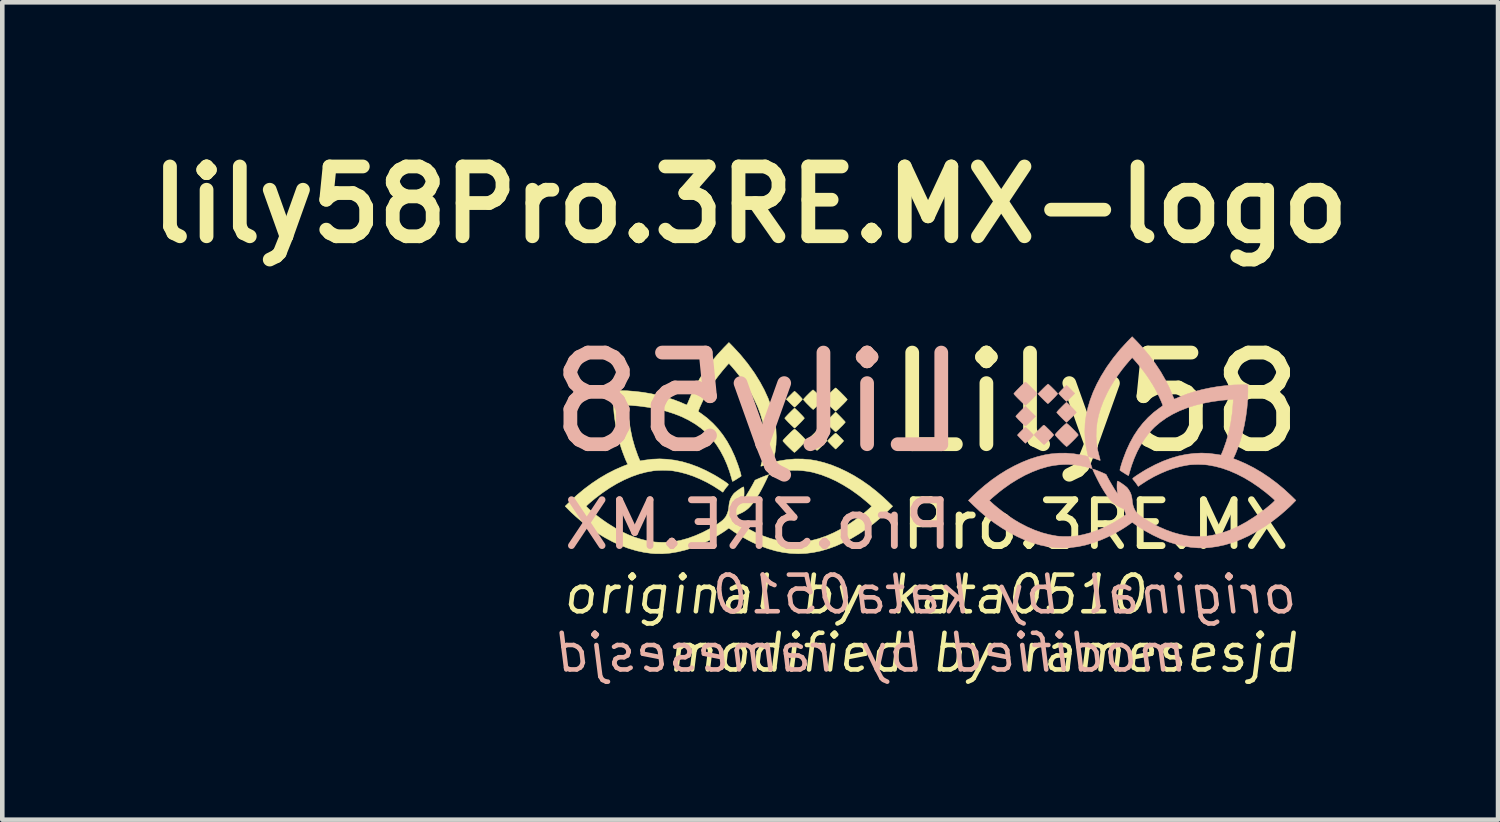
<source format=kicad_pcb>
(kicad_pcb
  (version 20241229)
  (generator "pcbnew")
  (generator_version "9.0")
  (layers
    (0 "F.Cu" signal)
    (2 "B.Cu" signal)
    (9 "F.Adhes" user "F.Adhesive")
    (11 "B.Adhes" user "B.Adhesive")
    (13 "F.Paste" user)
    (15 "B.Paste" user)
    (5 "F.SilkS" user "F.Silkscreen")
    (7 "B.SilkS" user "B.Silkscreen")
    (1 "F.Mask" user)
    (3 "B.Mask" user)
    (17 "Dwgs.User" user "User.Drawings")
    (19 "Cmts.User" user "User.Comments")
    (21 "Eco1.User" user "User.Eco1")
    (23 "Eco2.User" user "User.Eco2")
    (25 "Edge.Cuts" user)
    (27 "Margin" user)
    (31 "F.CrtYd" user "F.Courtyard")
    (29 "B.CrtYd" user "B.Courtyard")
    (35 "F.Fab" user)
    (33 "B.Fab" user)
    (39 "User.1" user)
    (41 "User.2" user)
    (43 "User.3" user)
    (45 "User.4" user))
  (footprint "lily58Pro.3RE.MX-logo"
    (layer "F.Cu")
    (at 16.88 8.022)
    (property "Reference" "lily58Pro.3RE.MX-logo" (at -3.556 -6.604 0) (layer "F.SilkS") (effects (font (size 1.524 1.524) (thickness 0.3))))
    (attr through_hole)
    (fp_poly (pts (xy -1.585 -1.974) (xy -1.554 -1.942) (xy -1.526 -1.912) (xy -1.503 -1.888) (xy -1.487 -1.869) (xy -1.48 -1.859) (xy -1.48 -1.858) (xy -1.485 -1.849) (xy -1.499 -1.833) (xy -1.519 -1.81) (xy -1.544 -1.783) (xy -1.573 -1.755) (xy -1.602 -1.726) (xy -1.629 -1.699) (xy -1.654 -1.676) (xy -1.674 -1.658) (xy -1.687 -1.649) (xy -1.691 -1.647) (xy -1.699 -1.652) (xy -1.716 -1.666) (xy -1.739 -1.687) (xy -1.767 -1.714) (xy -1.799 -1.745) (xy -1.807 -1.753) (xy -1.912 -1.858) (xy -1.801 -1.968) (xy -1.691 -2.079) (xy -1.585 -1.974)) (stroke (width 0.01) (type solid)) (fill yes) (layer "F.SilkS"))
    (fp_poly (pts (xy -2.58 -2.528) (xy -2.564 -2.514) (xy -2.542 -2.494) (xy -2.517 -2.47) (xy -2.491 -2.444) (xy -2.466 -2.418) (xy -2.444 -2.394) (xy -2.427 -2.375) (xy -2.418 -2.362) (xy -2.416 -2.359) (xy -2.421 -2.35) (xy -2.434 -2.334) (xy -2.454 -2.312) (xy -2.478 -2.287) (xy -2.504 -2.26) (xy -2.529 -2.235) (xy -2.552 -2.213) (xy -2.571 -2.195) (xy -2.584 -2.186) (xy -2.587 -2.184) (xy -2.594 -2.189) (xy -2.61 -2.203) (xy -2.632 -2.223) (xy -2.659 -2.249) (xy -2.681 -2.271) (xy -2.767 -2.358) (xy -2.681 -2.445) (xy -2.652 -2.474) (xy -2.627 -2.499) (xy -2.606 -2.518) (xy -2.592 -2.53) (xy -2.588 -2.533) (xy -2.58 -2.528)) (stroke (width 0.01) (type solid)) (fill yes) (layer "F.SilkS"))
    (fp_poly (pts (xy -1.682 -1.613) (xy -1.666 -1.6) (xy -1.644 -1.581) (xy -1.619 -1.557) (xy -1.593 -1.531) (xy -1.567 -1.506) (xy -1.545 -1.482) (xy -1.527 -1.463) (xy -1.518 -1.451) (xy -1.516 -1.448) (xy -1.521 -1.441) (xy -1.534 -1.426) (xy -1.554 -1.405) (xy -1.577 -1.38) (xy -1.603 -1.354) (xy -1.629 -1.328) (xy -1.652 -1.305) (xy -1.672 -1.286) (xy -1.685 -1.273) (xy -1.691 -1.27) (xy -1.697 -1.275) (xy -1.711 -1.288) (xy -1.732 -1.309) (xy -1.759 -1.334) (xy -1.78 -1.355) (xy -1.808 -1.384) (xy -1.832 -1.41) (xy -1.851 -1.43) (xy -1.862 -1.444) (xy -1.865 -1.448) (xy -1.86 -1.456) (xy -1.846 -1.472) (xy -1.826 -1.493) (xy -1.802 -1.518) (xy -1.776 -1.544) (xy -1.749 -1.569) (xy -1.726 -1.591) (xy -1.706 -1.608) (xy -1.694 -1.617) (xy -1.69 -1.618) (xy -1.682 -1.613)) (stroke (width 0.01) (type solid)) (fill yes) (layer "F.SilkS"))
    (fp_poly (pts (xy -2.579 -2.158) (xy -2.563 -2.144) (xy -2.541 -2.123) (xy -2.515 -2.098) (xy -2.487 -2.07) (xy -2.458 -2.04) (xy -2.43 -2.012) (xy -2.406 -1.986) (xy -2.388 -1.965) (xy -2.376 -1.95) (xy -2.373 -1.945) (xy -2.378 -1.937) (xy -2.391 -1.921) (xy -2.411 -1.899) (xy -2.436 -1.872) (xy -2.464 -1.843) (xy -2.493 -1.814) (xy -2.521 -1.786) (xy -2.547 -1.761) (xy -2.567 -1.742) (xy -2.581 -1.73) (xy -2.587 -1.727) (xy -2.594 -1.732) (xy -2.609 -1.746) (xy -2.631 -1.767) (xy -2.659 -1.793) (xy -2.69 -1.824) (xy -2.697 -1.83) (xy -2.729 -1.862) (xy -2.756 -1.891) (xy -2.779 -1.916) (xy -2.794 -1.934) (xy -2.801 -1.944) (xy -2.801 -1.945) (xy -2.796 -1.953) (xy -2.782 -1.969) (xy -2.762 -1.991) (xy -2.737 -2.018) (xy -2.709 -2.047) (xy -2.68 -2.076) (xy -2.652 -2.104) (xy -2.627 -2.128) (xy -2.606 -2.148) (xy -2.592 -2.16) (xy -2.587 -2.163) (xy -2.579 -2.158)) (stroke (width 0.01) (type solid)) (fill yes) (layer "F.SilkS"))
    (fp_poly (pts (xy -2.176 -2.557) (xy -2.16 -2.543) (xy -2.137 -2.523) (xy -2.111 -2.498) (xy -2.082 -2.47) (xy -2.053 -2.441) (xy -2.025 -2.413) (xy -2 -2.388) (xy -1.981 -2.367) (xy -1.969 -2.353) (xy -1.966 -2.348) (xy -1.971 -2.34) (xy -1.985 -2.325) (xy -2.005 -2.303) (xy -2.03 -2.277) (xy -2.058 -2.249) (xy -2.087 -2.22) (xy -2.115 -2.192) (xy -2.141 -2.168) (xy -2.161 -2.149) (xy -2.175 -2.137) (xy -2.181 -2.134) (xy -2.188 -2.139) (xy -2.203 -2.152) (xy -2.226 -2.173) (xy -2.254 -2.2) (xy -2.285 -2.231) (xy -2.291 -2.237) (xy -2.323 -2.269) (xy -2.35 -2.298) (xy -2.372 -2.323) (xy -2.388 -2.341) (xy -2.394 -2.351) (xy -2.394 -2.352) (xy -2.389 -2.36) (xy -2.376 -2.377) (xy -2.355 -2.399) (xy -2.33 -2.426) (xy -2.302 -2.454) (xy -2.273 -2.483) (xy -2.245 -2.51) (xy -2.22 -2.533) (xy -2.2 -2.551) (xy -2.187 -2.56) (xy -2.184 -2.562) (xy -2.176 -2.557)) (stroke (width 0.01) (type solid)) (fill yes) (layer "F.SilkS"))
    (fp_poly (pts (xy -2.085 -1.663) (xy -2.076 -1.656) (xy -2.058 -1.64) (xy -2.036 -1.618) (xy -2.009 -1.592) (xy -1.981 -1.564) (xy -1.953 -1.535) (xy -1.927 -1.508) (xy -1.905 -1.485) (xy -1.888 -1.467) (xy -1.88 -1.456) (xy -1.879 -1.454) (xy -1.884 -1.447) (xy -1.898 -1.431) (xy -1.919 -1.409) (xy -1.944 -1.383) (xy -1.972 -1.355) (xy -2.002 -1.326) (xy -2.03 -1.298) (xy -2.056 -1.274) (xy -2.077 -1.256) (xy -2.092 -1.244) (xy -2.097 -1.241) (xy -2.105 -1.246) (xy -2.122 -1.26) (xy -2.145 -1.281) (xy -2.173 -1.307) (xy -2.205 -1.338) (xy -2.208 -1.341) (xy -2.239 -1.372) (xy -2.266 -1.401) (xy -2.287 -1.425) (xy -2.302 -1.442) (xy -2.307 -1.451) (xy -2.307 -1.452) (xy -2.302 -1.46) (xy -2.289 -1.476) (xy -2.268 -1.5) (xy -2.241 -1.528) (xy -2.21 -1.56) (xy -2.203 -1.567) (xy -2.167 -1.602) (xy -2.14 -1.629) (xy -2.12 -1.647) (xy -2.106 -1.658) (xy -2.096 -1.664) (xy -2.089 -1.664) (xy -2.085 -1.663)) (stroke (width 0.01) (type solid)) (fill yes) (layer "F.SilkS"))
    (fp_poly (pts (xy -2.577 -1.7) (xy -2.559 -1.686) (xy -2.535 -1.665) (xy -2.507 -1.639) (xy -2.476 -1.609) (xy -2.444 -1.577) (xy -2.413 -1.546) (xy -2.386 -1.517) (xy -2.362 -1.491) (xy -2.346 -1.47) (xy -2.337 -1.457) (xy -2.336 -1.455) (xy -2.341 -1.446) (xy -2.355 -1.429) (xy -2.376 -1.405) (xy -2.402 -1.377) (xy -2.432 -1.346) (xy -2.463 -1.314) (xy -2.495 -1.282) (xy -2.524 -1.253) (xy -2.55 -1.229) (xy -2.572 -1.21) (xy -2.586 -1.199) (xy -2.59 -1.197) (xy -2.598 -1.202) (xy -2.614 -1.216) (xy -2.638 -1.237) (xy -2.667 -1.265) (xy -2.7 -1.296) (xy -2.719 -1.315) (xy -2.753 -1.349) (xy -2.784 -1.381) (xy -2.809 -1.408) (xy -2.828 -1.429) (xy -2.839 -1.443) (xy -2.842 -1.447) (xy -2.841 -1.453) (xy -2.835 -1.464) (xy -2.823 -1.48) (xy -2.803 -1.501) (xy -2.776 -1.53) (xy -2.739 -1.568) (xy -2.724 -1.583) (xy -2.681 -1.626) (xy -2.645 -1.66) (xy -2.617 -1.685) (xy -2.597 -1.7) (xy -2.587 -1.705) (xy -2.577 -1.7)) (stroke (width 0.01) (type solid)) (fill yes) (layer "F.SilkS"))
    (fp_poly (pts (xy -1.682 -2.6) (xy -1.666 -2.587) (xy -1.643 -2.566) (xy -1.615 -2.539) (xy -1.584 -2.51) (xy -1.553 -2.478) (xy -1.522 -2.447) (xy -1.493 -2.417) (xy -1.469 -2.391) (xy -1.45 -2.37) (xy -1.439 -2.356) (xy -1.437 -2.351) (xy -1.442 -2.343) (xy -1.455 -2.326) (xy -1.476 -2.303) (xy -1.502 -2.276) (xy -1.532 -2.245) (xy -1.564 -2.214) (xy -1.595 -2.183) (xy -1.625 -2.154) (xy -1.651 -2.129) (xy -1.672 -2.111) (xy -1.686 -2.1) (xy -1.691 -2.097) (xy -1.699 -2.102) (xy -1.715 -2.116) (xy -1.739 -2.138) (xy -1.768 -2.165) (xy -1.801 -2.197) (xy -1.823 -2.219) (xy -1.857 -2.254) (xy -1.888 -2.285) (xy -1.913 -2.313) (xy -1.932 -2.334) (xy -1.943 -2.348) (xy -1.945 -2.351) (xy -1.94 -2.36) (xy -1.926 -2.376) (xy -1.905 -2.399) (xy -1.879 -2.427) (xy -1.849 -2.457) (xy -1.817 -2.489) (xy -1.786 -2.52) (xy -1.756 -2.549) (xy -1.73 -2.573) (xy -1.709 -2.592) (xy -1.695 -2.603) (xy -1.69 -2.605) (xy -1.682 -2.6)) (stroke (width 0.01) (type solid)) (fill yes) (layer "F.SilkS"))
    (fp_poly (pts (xy -3.92 -3.494) (xy -3.761 -3.321) (xy -3.612 -3.138) (xy -3.473 -2.945) (xy -3.45 -2.91) (xy -3.342 -2.735) (xy -3.248 -2.561) (xy -3.168 -2.387) (xy -3.103 -2.214) (xy -3.052 -2.042) (xy -3.015 -1.871) (xy -2.993 -1.701) (xy -2.986 -1.532) (xy -2.992 -1.364) (xy -3.013 -1.197) (xy -3.049 -1.031) (xy -3.054 -1.011) (xy -3.063 -0.98) (xy -3.134 -0.958) (xy -3.172 -0.945) (xy -3.214 -0.931) (xy -3.25 -0.918) (xy -3.262 -0.914) (xy -3.288 -0.904) (xy -3.309 -0.898) (xy -3.321 -0.896) (xy -3.322 -0.896) (xy -3.322 -0.904) (xy -3.318 -0.923) (xy -3.311 -0.949) (xy -3.307 -0.963) (xy -3.269 -1.115) (xy -3.244 -1.266) (xy -3.233 -1.417) (xy -3.237 -1.569) (xy -3.254 -1.722) (xy -3.285 -1.876) (xy -3.331 -2.031) (xy -3.39 -2.189) (xy -3.464 -2.349) (xy -3.465 -2.352) (xy -3.505 -2.429) (xy -3.542 -2.497) (xy -3.581 -2.562) (xy -3.623 -2.63) (xy -3.652 -2.674) (xy -3.722 -2.774) (xy -3.797 -2.876) (xy -3.876 -2.975) (xy -3.955 -3.068) (xy -3.986 -3.102) (xy -4.019 -3.139) (xy -4.035 -3.124) (xy -4.049 -3.11) (xy -4.07 -3.086) (xy -4.097 -3.055) (xy -4.128 -3.019) (xy -4.161 -2.98) (xy -4.194 -2.939) (xy -4.225 -2.9) (xy -4.254 -2.863) (xy -4.261 -2.855) (xy -4.33 -2.761) (xy -4.399 -2.659) (xy -4.464 -2.557) (xy -4.52 -2.46) (xy -4.542 -2.419) (xy -4.565 -2.374) (xy -4.588 -2.327) (xy -4.611 -2.28) (xy -4.632 -2.233) (xy -4.651 -2.191) (xy -4.667 -2.153) (xy -4.679 -2.122) (xy -4.686 -2.1) (xy -4.688 -2.089) (xy -4.687 -2.088) (xy -4.68 -2.083) (xy -4.664 -2.072) (xy -4.641 -2.056) (xy -4.622 -2.043) (xy -4.491 -1.944) (xy -4.369 -1.833) (xy -4.256 -1.712) (xy -4.152 -1.579) (xy -4.057 -1.435) (xy -3.971 -1.279) (xy -3.894 -1.112) (xy -3.826 -0.934) (xy -3.809 -0.885) (xy -3.795 -0.842) (xy -3.782 -0.8) (xy -3.771 -0.763) (xy -3.763 -0.734) (xy -3.759 -0.719) (xy -3.754 -0.696) (xy -3.753 -0.683) (xy -3.757 -0.675) (xy -3.762 -0.672) (xy -3.773 -0.665) (xy -3.793 -0.652) (xy -3.82 -0.635) (xy -3.851 -0.615) (xy -3.856 -0.612) (xy -3.886 -0.593) (xy -3.912 -0.578) (xy -3.93 -0.568) (xy -3.94 -0.564) (xy -3.941 -0.565) (xy -3.945 -0.574) (xy -3.951 -0.593) (xy -3.958 -0.619) (xy -3.961 -0.631) (xy -4.009 -0.789) (xy -4.065 -0.941) (xy -4.129 -1.086) (xy -4.201 -1.222) (xy -4.28 -1.349) (xy -4.365 -1.466) (xy -4.456 -1.57) (xy -4.511 -1.626) (xy -4.63 -1.727) (xy -4.76 -1.82) (xy -4.901 -1.903) (xy -5.052 -1.977) (xy -5.215 -2.041) (xy -5.389 -2.097) (xy -5.573 -2.143) (xy -5.769 -2.18) (xy -5.976 -2.208) (xy -6.164 -2.224) (xy -6.228 -2.229) (xy -6.223 -2.147) (xy -6.204 -1.926) (xy -6.172 -1.715) (xy -6.13 -1.511) (xy -6.075 -1.316) (xy -6.009 -1.129) (xy -5.974 -1.045) (xy -5.959 -1.012) (xy -5.862 -1.028) (xy -5.697 -1.049) (xy -5.532 -1.056) (xy -5.366 -1.048) (xy -5.2 -1.027) (xy -5.032 -0.992) (xy -4.863 -0.942) (xy -4.693 -0.879) (xy -4.521 -0.801) (xy -4.347 -0.709) (xy -4.331 -0.7) (xy -4.289 -0.675) (xy -4.244 -0.648) (xy -4.199 -0.619) (xy -4.156 -0.592) (xy -4.116 -0.566) (xy -4.083 -0.543) (xy -4.057 -0.524) (xy -4.041 -0.511) (xy -4.039 -0.509) (xy -4.033 -0.501) (xy -4.031 -0.493) (xy -4.036 -0.483) (xy -4.048 -0.468) (xy -4.062 -0.452) (xy -4.085 -0.424) (xy -4.108 -0.393) (xy -4.125 -0.369) (xy -4.152 -0.328) (xy -4.219 -0.374) (xy -4.357 -0.463) (xy -4.5 -0.544) (xy -4.647 -0.615) (xy -4.794 -0.677) (xy -4.942 -0.727) (xy -5.087 -0.766) (xy -5.229 -0.793) (xy -5.272 -0.799) (xy -5.328 -0.803) (xy -5.394 -0.806) (xy -5.465 -0.807) (xy -5.537 -0.805) (xy -5.604 -0.802) (xy -5.663 -0.796) (xy -5.672 -0.795) (xy -5.827 -0.767) (xy -5.985 -0.725) (xy -6.144 -0.669) (xy -6.304 -0.599) (xy -6.464 -0.517) (xy -6.623 -0.422) (xy -6.782 -0.314) (xy -6.939 -0.195) (xy -6.953 -0.183) (xy -6.988 -0.154) (xy -7.024 -0.124) (xy -7.057 -0.096) (xy -7.083 -0.073) (xy -7.09 -0.067) (xy -7.137 -0.023) (xy -7.119 -0.004) (xy -7.091 0.024) (xy -7.054 0.058) (xy -7.007 0.097) (xy -6.955 0.14) (xy -6.898 0.185) (xy -6.838 0.23) (xy -6.778 0.274) (xy -6.718 0.316) (xy -6.662 0.354) (xy -6.654 0.359) (xy -6.504 0.453) (xy -6.357 0.533) (xy -6.213 0.601) (xy -6.069 0.657) (xy -5.925 0.702) (xy -5.779 0.736) (xy -5.684 0.752) (xy -5.63 0.759) (xy -5.565 0.763) (xy -5.494 0.765) (xy -5.42 0.765) (xy -5.349 0.762) (xy -5.284 0.758) (xy -5.228 0.752) (xy -5.228 0.752) (xy -5.073 0.722) (xy -4.914 0.678) (xy -4.755 0.62) (xy -4.595 0.55) (xy -4.436 0.467) (xy -4.278 0.371) (xy -4.26 0.36) (xy -4.2 0.318) (xy -4.152 0.279) (xy -4.115 0.239) (xy -4.085 0.199) (xy -4.081 0.191) (xy -4.056 0.139) (xy -4.037 0.08) (xy -4.025 0.019) (xy -4.024 0.004) (xy -4.018 -0.052) (xy -4.011 -0.096) (xy -4.002 -0.134) (xy -3.99 -0.17) (xy -3.977 -0.2) (xy -3.959 -0.232) (xy -3.938 -0.265) (xy -3.918 -0.292) (xy -3.915 -0.296) (xy -3.898 -0.313) (xy -3.873 -0.333) (xy -3.845 -0.356) (xy -3.813 -0.378) (xy -3.782 -0.4) (xy -3.752 -0.419) (xy -3.727 -0.434) (xy -3.709 -0.443) (xy -3.7 -0.444) (xy -3.699 -0.444) (xy -3.695 -0.433) (xy -3.692 -0.41) (xy -3.69 -0.379) (xy -3.689 -0.343) (xy -3.689 -0.305) (xy -3.69 -0.268) (xy -3.693 -0.236) (xy -3.695 -0.223) (xy -3.705 -0.166) (xy -3.689 -0.187) (xy -3.675 -0.206) (xy -3.654 -0.237) (xy -3.63 -0.274) (xy -3.604 -0.318) (xy -3.576 -0.364) (xy -3.549 -0.41) (xy -3.524 -0.454) (xy -3.502 -0.493) (xy -3.501 -0.495) (xy -3.45 -0.591) (xy -3.379 -0.623) (xy -3.347 -0.637) (xy -3.311 -0.652) (xy -3.274 -0.667) (xy -3.238 -0.681) (xy -3.206 -0.693) (xy -3.181 -0.702) (xy -3.164 -0.707) (xy -3.158 -0.708) (xy -3.159 -0.7) (xy -3.166 -0.681) (xy -3.179 -0.652) (xy -3.195 -0.616) (xy -3.215 -0.575) (xy -3.237 -0.53) (xy -3.261 -0.482) (xy -3.285 -0.435) (xy -3.309 -0.389) (xy -3.332 -0.347) (xy -3.353 -0.31) (xy -3.357 -0.303) (xy -3.409 -0.218) (xy -3.456 -0.146) (xy -3.5 -0.084) (xy -3.543 -0.032) (xy -3.585 0.013) (xy -3.628 0.05) (xy -3.673 0.082) (xy -3.721 0.111) (xy -3.774 0.136) (xy -3.778 0.138) (xy -3.808 0.151) (xy -3.827 0.16) (xy -3.839 0.169) (xy -3.846 0.18) (xy -3.852 0.196) (xy -3.854 0.201) (xy -3.863 0.227) (xy -3.873 0.251) (xy -3.877 0.259) (xy -3.884 0.275) (xy -3.883 0.284) (xy -3.873 0.295) (xy -3.873 0.296) (xy -3.861 0.305) (xy -3.84 0.32) (xy -3.812 0.34) (xy -3.78 0.361) (xy -3.772 0.366) (xy -3.609 0.465) (xy -3.445 0.55) (xy -3.282 0.622) (xy -3.119 0.68) (xy -2.956 0.724) (xy -2.812 0.752) (xy -2.761 0.758) (xy -2.7 0.762) (xy -2.633 0.764) (xy -2.564 0.765) (xy -2.497 0.764) (xy -2.436 0.761) (xy -2.385 0.756) (xy -2.38 0.756) (xy -2.217 0.726) (xy -2.054 0.683) (xy -1.89 0.625) (xy -1.727 0.554) (xy -1.565 0.47) (xy -1.548 0.46) (xy -1.457 0.406) (xy -1.362 0.344) (xy -1.266 0.277) (xy -1.173 0.208) (xy -1.084 0.138) (xy -1.003 0.071) (xy -0.95 0.023) (xy -0.903 -0.022) (xy -0.939 -0.056) (xy -0.972 -0.085) (xy -1.013 -0.12) (xy -1.06 -0.159) (xy -1.108 -0.199) (xy -1.156 -0.237) (xy -1.199 -0.27) (xy -1.208 -0.277) (xy -1.364 -0.388) (xy -1.523 -0.486) (xy -1.681 -0.573) (xy -1.84 -0.646) (xy -1.998 -0.707) (xy -2.154 -0.753) (xy -2.217 -0.769) (xy -2.313 -0.786) (xy -2.416 -0.799) (xy -2.522 -0.806) (xy -2.627 -0.807) (xy -2.726 -0.802) (xy -2.79 -0.796) (xy -2.85 -0.786) (xy -2.915 -0.774) (xy -2.981 -0.76) (xy -3.042 -0.745) (xy -3.095 -0.73) (xy -3.097 -0.729) (xy -3.124 -0.721) (xy -3.14 -0.717) (xy -3.147 -0.718) (xy -3.147 -0.723) (xy -3.147 -0.724) (xy -3.143 -0.735) (xy -3.136 -0.757) (xy -3.125 -0.787) (xy -3.113 -0.824) (xy -3.101 -0.858) (xy -3.087 -0.901) (xy -3.076 -0.933) (xy -3.066 -0.956) (xy -3.055 -0.972) (xy -3.04 -0.983) (xy -3.02 -0.991) (xy -2.991 -0.998) (xy -2.953 -1.006) (xy -2.921 -1.012) (xy -2.749 -1.04) (xy -2.579 -1.054) (xy -2.41 -1.053) (xy -2.243 -1.038) (xy -2.111 -1.016) (xy -1.948 -0.976) (xy -1.783 -0.923) (xy -1.617 -0.856) (xy -1.45 -0.777) (xy -1.284 -0.687) (xy -1.12 -0.585) (xy -0.959 -0.473) (xy -0.802 -0.35) (xy -0.65 -0.218) (xy -0.548 -0.122) (xy -0.446 -0.022) (xy -0.559 0.089) (xy -0.705 0.225) (xy -0.859 0.354) (xy -1.018 0.473) (xy -1.181 0.582) (xy -1.347 0.681) (xy -1.514 0.768) (xy -1.681 0.843) (xy -1.847 0.904) (xy -1.849 0.904) (xy -2.015 0.953) (xy -2.18 0.987) (xy -2.344 1.008) (xy -2.508 1.014) (xy -2.672 1.007) (xy -2.836 0.987) (xy -3.002 0.952) (xy -3.17 0.903) (xy -3.34 0.84) (xy -3.461 0.787) (xy -3.536 0.751) (xy -3.616 0.71) (xy -3.697 0.665) (xy -3.777 0.619) (xy -3.851 0.573) (xy -3.918 0.529) (xy -3.969 0.492) (xy -3.996 0.473) (xy -4.014 0.462) (xy -4.026 0.459) (xy -4.035 0.462) (xy -4.043 0.469) (xy -4.052 0.477) (xy -4.071 0.492) (xy -4.097 0.51) (xy -4.128 0.531) (xy -4.136 0.537) (xy -4.303 0.642) (xy -4.471 0.734) (xy -4.64 0.814) (xy -4.807 0.881) (xy -4.975 0.934) (xy -5.14 0.974) (xy -5.304 1.001) (xy -5.465 1.014) (xy -5.624 1.013) (xy -5.7 1.008) (xy -5.87 0.985) (xy -6.041 0.948) (xy -6.213 0.897) (xy -6.385 0.832) (xy -6.558 0.753) (xy -6.731 0.66) (xy -6.903 0.555) (xy -6.932 0.536) (xy -7.041 0.459) (xy -7.152 0.376) (xy -7.261 0.289) (xy -7.364 0.2) (xy -7.46 0.112) (xy -7.511 0.062) (xy -7.594 -0.023) (xy -7.485 -0.129) (xy -7.334 -0.269) (xy -7.176 -0.4) (xy -7.012 -0.522) (xy -6.844 -0.634) (xy -6.674 -0.734) (xy -6.501 -0.822) (xy -6.329 -0.897) (xy -6.239 -0.931) (xy -6.232 -0.935) (xy -6.231 -0.942) (xy -6.236 -0.954) (xy -6.247 -0.977) (xy -6.247 -0.978) (xy -6.262 -1.01) (xy -6.281 -1.053) (xy -6.301 -1.104) (xy -6.322 -1.159) (xy -6.343 -1.215) (xy -6.362 -1.269) (xy -6.377 -1.314) (xy -6.427 -1.484) (xy -6.468 -1.663) (xy -6.501 -1.849) (xy -6.526 -2.036) (xy -6.541 -2.223) (xy -6.546 -2.403) (xy -6.546 -2.547) (xy -6.417 -2.547) (xy -6.245 -2.543) (xy -6.07 -2.529) (xy -5.893 -2.508) (xy -5.719 -2.478) (xy -5.547 -2.442) (xy -5.382 -2.398) (xy -5.225 -2.348) (xy -5.078 -2.292) (xy -5.04 -2.275) (xy -5.006 -2.26) (xy -4.977 -2.248) (xy -4.956 -2.239) (xy -4.944 -2.234) (xy -4.943 -2.234) (xy -4.936 -2.239) (xy -4.926 -2.258) (xy -4.913 -2.287) (xy -4.906 -2.304) (xy -4.831 -2.482) (xy -4.742 -2.658) (xy -4.641 -2.834) (xy -4.527 -3.006) (xy -4.402 -3.174) (xy -4.267 -3.336) (xy -4.122 -3.492) (xy -4.12 -3.494) (xy -4.02 -3.596) (xy -3.92 -3.494)) (stroke (width 0.01) (type solid)) (fill yes) (layer "F.SilkS"))
    (fp_poly (pts (xy 2.347 -2.101) (xy 2.316 -2.069) (xy 2.288 -2.039) (xy 2.265 -2.015) (xy 2.249 -1.996) (xy 2.242 -1.986) (xy 2.242 -1.985) (xy 2.247 -1.976) (xy 2.261 -1.96) (xy 2.281 -1.937) (xy 2.306 -1.91) (xy 2.335 -1.882) (xy 2.364 -1.853) (xy 2.391 -1.826) (xy 2.416 -1.803) (xy 2.436 -1.785) (xy 2.449 -1.776) (xy 2.453 -1.774) (xy 2.461 -1.779) (xy 2.478 -1.793) (xy 2.501 -1.814) (xy 2.529 -1.841) (xy 2.561 -1.872) (xy 2.569 -1.88) (xy 2.674 -1.985) (xy 2.563 -2.095) (xy 2.453 -2.206) (xy 2.347 -2.101)) (stroke (width 0.01) (type solid)) (fill yes) (layer "B.SilkS"))
    (fp_poly (pts (xy 3.342 -2.655) (xy 3.326 -2.641) (xy 3.304 -2.621) (xy 3.279 -2.597) (xy 3.253 -2.571) (xy 3.228 -2.545) (xy 3.206 -2.521) (xy 3.189 -2.502) (xy 3.18 -2.489) (xy 3.178 -2.486) (xy 3.183 -2.477) (xy 3.196 -2.461) (xy 3.216 -2.439) (xy 3.24 -2.414) (xy 3.266 -2.388) (xy 3.291 -2.362) (xy 3.314 -2.34) (xy 3.333 -2.322) (xy 3.346 -2.313) (xy 3.349 -2.311) (xy 3.356 -2.316) (xy 3.372 -2.33) (xy 3.394 -2.35) (xy 3.421 -2.376) (xy 3.443 -2.398) (xy 3.529 -2.485) (xy 3.443 -2.572) (xy 3.414 -2.601) (xy 3.389 -2.626) (xy 3.368 -2.645) (xy 3.354 -2.657) (xy 3.35 -2.66) (xy 3.342 -2.655)) (stroke (width 0.01) (type solid)) (fill yes) (layer "B.SilkS"))
    (fp_poly (pts (xy 2.444 -1.74) (xy 2.428 -1.727) (xy 2.406 -1.708) (xy 2.381 -1.684) (xy 2.355 -1.658) (xy 2.329 -1.633) (xy 2.307 -1.609) (xy 2.289 -1.59) (xy 2.28 -1.578) (xy 2.278 -1.575) (xy 2.283 -1.568) (xy 2.296 -1.553) (xy 2.316 -1.532) (xy 2.339 -1.507) (xy 2.365 -1.481) (xy 2.391 -1.455) (xy 2.414 -1.432) (xy 2.434 -1.413) (xy 2.447 -1.4) (xy 2.453 -1.397) (xy 2.459 -1.402) (xy 2.473 -1.415) (xy 2.494 -1.436) (xy 2.521 -1.461) (xy 2.542 -1.482) (xy 2.57 -1.511) (xy 2.594 -1.537) (xy 2.613 -1.557) (xy 2.624 -1.571) (xy 2.627 -1.575) (xy 2.622 -1.583) (xy 2.608 -1.599) (xy 2.588 -1.62) (xy 2.564 -1.645) (xy 2.538 -1.671) (xy 2.511 -1.696) (xy 2.488 -1.718) (xy 2.468 -1.735) (xy 2.456 -1.744) (xy 2.452 -1.745) (xy 2.444 -1.74)) (stroke (width 0.01) (type solid)) (fill yes) (layer "B.SilkS"))
    (fp_poly (pts (xy 2.938 -2.684) (xy 2.922 -2.67) (xy 2.899 -2.65) (xy 2.873 -2.625) (xy 2.844 -2.597) (xy 2.815 -2.568) (xy 2.787 -2.54) (xy 2.762 -2.515) (xy 2.743 -2.494) (xy 2.731 -2.48) (xy 2.728 -2.475) (xy 2.733 -2.467) (xy 2.747 -2.452) (xy 2.767 -2.43) (xy 2.792 -2.404) (xy 2.82 -2.376) (xy 2.849 -2.347) (xy 2.877 -2.319) (xy 2.903 -2.295) (xy 2.923 -2.276) (xy 2.937 -2.264) (xy 2.943 -2.261) (xy 2.95 -2.266) (xy 2.965 -2.279) (xy 2.988 -2.3) (xy 3.016 -2.327) (xy 3.047 -2.358) (xy 3.053 -2.364) (xy 3.085 -2.396) (xy 3.112 -2.425) (xy 3.134 -2.45) (xy 3.15 -2.468) (xy 3.156 -2.478) (xy 3.156 -2.479) (xy 3.151 -2.487) (xy 3.138 -2.504) (xy 3.117 -2.526) (xy 3.092 -2.553) (xy 3.064 -2.581) (xy 3.035 -2.61) (xy 3.007 -2.637) (xy 2.982 -2.66) (xy 2.962 -2.678) (xy 2.949 -2.687) (xy 2.946 -2.689) (xy 2.938 -2.684)) (stroke (width 0.01) (type solid)) (fill yes) (layer "B.SilkS"))
    (fp_poly (pts (xy 3.341 -2.285) (xy 3.325 -2.271) (xy 3.303 -2.25) (xy 3.277 -2.225) (xy 3.249 -2.197) (xy 3.22 -2.167) (xy 3.192 -2.139) (xy 3.168 -2.113) (xy 3.15 -2.092) (xy 3.138 -2.077) (xy 3.135 -2.072) (xy 3.14 -2.064) (xy 3.153 -2.048) (xy 3.173 -2.026) (xy 3.198 -1.999) (xy 3.226 -1.97) (xy 3.255 -1.941) (xy 3.283 -1.913) (xy 3.309 -1.888) (xy 3.329 -1.869) (xy 3.343 -1.857) (xy 3.349 -1.854) (xy 3.356 -1.859) (xy 3.371 -1.873) (xy 3.393 -1.894) (xy 3.421 -1.92) (xy 3.452 -1.951) (xy 3.459 -1.957) (xy 3.491 -1.989) (xy 3.518 -2.018) (xy 3.541 -2.043) (xy 3.556 -2.061) (xy 3.563 -2.071) (xy 3.563 -2.072) (xy 3.558 -2.08) (xy 3.544 -2.096) (xy 3.524 -2.118) (xy 3.499 -2.145) (xy 3.471 -2.174) (xy 3.442 -2.203) (xy 3.414 -2.231) (xy 3.389 -2.255) (xy 3.368 -2.275) (xy 3.354 -2.287) (xy 3.349 -2.29) (xy 3.341 -2.285)) (stroke (width 0.01) (type solid)) (fill yes) (layer "B.SilkS"))
    (fp_poly (pts (xy 2.847 -1.79) (xy 2.838 -1.783) (xy 2.82 -1.767) (xy 2.798 -1.745) (xy 2.771 -1.719) (xy 2.743 -1.691) (xy 2.715 -1.662) (xy 2.689 -1.635) (xy 2.667 -1.612) (xy 2.65 -1.594) (xy 2.642 -1.583) (xy 2.641 -1.581) (xy 2.646 -1.574) (xy 2.66 -1.558) (xy 2.681 -1.536) (xy 2.706 -1.51) (xy 2.734 -1.482) (xy 2.764 -1.453) (xy 2.792 -1.425) (xy 2.818 -1.401) (xy 2.839 -1.383) (xy 2.854 -1.371) (xy 2.859 -1.368) (xy 2.867 -1.373) (xy 2.884 -1.387) (xy 2.907 -1.408) (xy 2.935 -1.434) (xy 2.967 -1.465) (xy 2.97 -1.468) (xy 3.001 -1.499) (xy 3.028 -1.528) (xy 3.049 -1.552) (xy 3.064 -1.569) (xy 3.069 -1.578) (xy 3.069 -1.579) (xy 3.064 -1.587) (xy 3.051 -1.603) (xy 3.03 -1.627) (xy 3.003 -1.655) (xy 2.972 -1.687) (xy 2.965 -1.694) (xy 2.929 -1.729) (xy 2.902 -1.756) (xy 2.882 -1.774) (xy 2.868 -1.785) (xy 2.858 -1.791) (xy 2.851 -1.791) (xy 2.847 -1.79)) (stroke (width 0.01) (type solid)) (fill yes) (layer "B.SilkS"))
    (fp_poly (pts (xy 2.444 -2.727) (xy 2.428 -2.714) (xy 2.405 -2.693) (xy 2.377 -2.666) (xy 2.346 -2.637) (xy 2.315 -2.605) (xy 2.284 -2.574) (xy 2.255 -2.544) (xy 2.231 -2.518) (xy 2.212 -2.497) (xy 2.201 -2.483) (xy 2.199 -2.478) (xy 2.204 -2.47) (xy 2.217 -2.453) (xy 2.238 -2.43) (xy 2.264 -2.403) (xy 2.294 -2.372) (xy 2.326 -2.341) (xy 2.357 -2.31) (xy 2.387 -2.281) (xy 2.413 -2.256) (xy 2.434 -2.238) (xy 2.448 -2.227) (xy 2.453 -2.224) (xy 2.461 -2.229) (xy 2.477 -2.243) (xy 2.501 -2.265) (xy 2.53 -2.292) (xy 2.563 -2.324) (xy 2.585 -2.346) (xy 2.619 -2.381) (xy 2.65 -2.412) (xy 2.675 -2.44) (xy 2.694 -2.461) (xy 2.705 -2.475) (xy 2.707 -2.478) (xy 2.702 -2.487) (xy 2.688 -2.503) (xy 2.667 -2.526) (xy 2.641 -2.554) (xy 2.611 -2.584) (xy 2.579 -2.616) (xy 2.548 -2.647) (xy 2.518 -2.676) (xy 2.492 -2.7) (xy 2.471 -2.719) (xy 2.457 -2.73) (xy 2.452 -2.732) (xy 2.444 -2.727)) (stroke (width 0.01) (type solid)) (fill yes) (layer "B.SilkS"))
    (fp_poly (pts (xy 3.339 -1.827) (xy 3.321 -1.813) (xy 3.297 -1.792) (xy 3.269 -1.766) (xy 3.238 -1.736) (xy 3.206 -1.704) (xy 3.175 -1.673) (xy 3.148 -1.644) (xy 3.124 -1.618) (xy 3.108 -1.597) (xy 3.099 -1.584) (xy 3.098 -1.582) (xy 3.103 -1.573) (xy 3.117 -1.556) (xy 3.138 -1.532) (xy 3.164 -1.504) (xy 3.194 -1.473) (xy 3.225 -1.441) (xy 3.257 -1.409) (xy 3.286 -1.38) (xy 3.312 -1.356) (xy 3.334 -1.337) (xy 3.348 -1.326) (xy 3.352 -1.324) (xy 3.36 -1.329) (xy 3.376 -1.343) (xy 3.4 -1.364) (xy 3.429 -1.392) (xy 3.462 -1.423) (xy 3.481 -1.442) (xy 3.515 -1.476) (xy 3.546 -1.508) (xy 3.571 -1.535) (xy 3.59 -1.556) (xy 3.601 -1.57) (xy 3.604 -1.574) (xy 3.603 -1.58) (xy 3.597 -1.591) (xy 3.585 -1.607) (xy 3.565 -1.628) (xy 3.538 -1.657) (xy 3.501 -1.695) (xy 3.486 -1.71) (xy 3.443 -1.753) (xy 3.407 -1.787) (xy 3.379 -1.812) (xy 3.359 -1.827) (xy 3.349 -1.832) (xy 3.339 -1.827)) (stroke (width 0.01) (type solid)) (fill yes) (layer "B.SilkS"))
    (fp_poly (pts (xy 4.682 -3.621) (xy 4.523 -3.448) (xy 4.374 -3.265) (xy 4.235 -3.072) (xy 4.212 -3.037) (xy 4.104 -2.862) (xy 4.01 -2.688) (xy 3.93 -2.514) (xy 3.865 -2.341) (xy 3.814 -2.169) (xy 3.777 -1.998) (xy 3.755 -1.828) (xy 3.748 -1.659) (xy 3.754 -1.491) (xy 3.775 -1.324) (xy 3.811 -1.158) (xy 3.816 -1.138) (xy 3.825 -1.107) (xy 3.896 -1.085) (xy 3.934 -1.072) (xy 3.976 -1.058) (xy 4.012 -1.045) (xy 4.024 -1.041) (xy 4.05 -1.031) (xy 4.071 -1.025) (xy 4.083 -1.023) (xy 4.084 -1.023) (xy 4.084 -1.031) (xy 4.08 -1.05) (xy 4.073 -1.076) (xy 4.069 -1.09) (xy 4.031 -1.242) (xy 4.006 -1.393) (xy 3.995 -1.544) (xy 3.999 -1.696) (xy 4.016 -1.849) (xy 4.047 -2.003) (xy 4.093 -2.158) (xy 4.152 -2.316) (xy 4.226 -2.476) (xy 4.227 -2.479) (xy 4.267 -2.556) (xy 4.304 -2.624) (xy 4.343 -2.689) (xy 4.385 -2.757) (xy 4.414 -2.801) (xy 4.484 -2.901) (xy 4.559 -3.003) (xy 4.638 -3.102) (xy 4.717 -3.195) (xy 4.748 -3.229) (xy 4.781 -3.266) (xy 4.797 -3.251) (xy 4.811 -3.237) (xy 4.832 -3.213) (xy 4.859 -3.182) (xy 4.89 -3.146) (xy 4.923 -3.107) (xy 4.956 -3.066) (xy 4.987 -3.027) (xy 5.016 -2.99) (xy 5.023 -2.982) (xy 5.092 -2.888) (xy 5.161 -2.786) (xy 5.226 -2.684) (xy 5.282 -2.587) (xy 5.304 -2.546) (xy 5.327 -2.501) (xy 5.35 -2.454) (xy 5.373 -2.407) (xy 5.394 -2.36) (xy 5.413 -2.318) (xy 5.429 -2.28) (xy 5.441 -2.249) (xy 5.448 -2.227) (xy 5.45 -2.216) (xy 5.449 -2.215) (xy 5.442 -2.21) (xy 5.426 -2.199) (xy 5.403 -2.183) (xy 5.384 -2.17) (xy 5.253 -2.071) (xy 5.131 -1.96) (xy 5.018 -1.839) (xy 4.914 -1.706) (xy 4.819 -1.562) (xy 4.733 -1.406) (xy 4.656 -1.239) (xy 4.588 -1.061) (xy 4.571 -1.012) (xy 4.557 -0.969) (xy 4.544 -0.927) (xy 4.533 -0.89) (xy 4.525 -0.861) (xy 4.521 -0.846) (xy 4.516 -0.823) (xy 4.515 -0.81) (xy 4.519 -0.802) (xy 4.524 -0.799) (xy 4.535 -0.792) (xy 4.555 -0.779) (xy 4.582 -0.762) (xy 4.613 -0.742) (xy 4.618 -0.739) (xy 4.648 -0.72) (xy 4.674 -0.705) (xy 4.692 -0.695) (xy 4.702 -0.691) (xy 4.703 -0.692) (xy 4.707 -0.701) (xy 4.713 -0.72) (xy 4.72 -0.746) (xy 4.723 -0.758) (xy 4.771 -0.916) (xy 4.827 -1.068) (xy 4.891 -1.213) (xy 4.963 -1.349) (xy 5.042 -1.476) (xy 5.127 -1.593) (xy 5.218 -1.697) (xy 5.273 -1.753) (xy 5.392 -1.854) (xy 5.522 -1.947) (xy 5.663 -2.03) (xy 5.814 -2.104) (xy 5.977 -2.168) (xy 6.151 -2.224) (xy 6.335 -2.27) (xy 6.531 -2.307) (xy 6.738 -2.335) (xy 6.926 -2.351) (xy 6.99 -2.356) (xy 6.985 -2.274) (xy 6.966 -2.053) (xy 6.934 -1.842) (xy 6.892 -1.638) (xy 6.837 -1.443) (xy 6.771 -1.256) (xy 6.736 -1.172) (xy 6.721 -1.139) (xy 6.624 -1.155) (xy 6.459 -1.176) (xy 6.294 -1.183) (xy 6.128 -1.175) (xy 5.962 -1.154) (xy 5.794 -1.119) (xy 5.625 -1.069) (xy 5.455 -1.006) (xy 5.283 -0.928) (xy 5.109 -0.836) (xy 5.093 -0.827) (xy 5.051 -0.802) (xy 5.006 -0.775) (xy 4.961 -0.746) (xy 4.918 -0.719) (xy 4.878 -0.693) (xy 4.845 -0.67) (xy 4.819 -0.651) (xy 4.803 -0.638) (xy 4.801 -0.636) (xy 4.795 -0.628) (xy 4.793 -0.62) (xy 4.798 -0.61) (xy 4.81 -0.595) (xy 4.824 -0.579) (xy 4.847 -0.551) (xy 4.87 -0.52) (xy 4.887 -0.496) (xy 4.914 -0.455) (xy 4.981 -0.501) (xy 5.119 -0.59) (xy 5.262 -0.671) (xy 5.409 -0.742) (xy 5.556 -0.804) (xy 5.704 -0.854) (xy 5.849 -0.893) (xy 5.991 -0.92) (xy 6.034 -0.926) (xy 6.09 -0.93) (xy 6.156 -0.933) (xy 6.227 -0.934) (xy 6.299 -0.932) (xy 6.366 -0.929) (xy 6.425 -0.923) (xy 6.434 -0.922) (xy 6.589 -0.894) (xy 6.747 -0.852) (xy 6.906 -0.796) (xy 7.066 -0.726) (xy 7.226 -0.644) (xy 7.385 -0.549) (xy 7.544 -0.441) (xy 7.701 -0.322) (xy 7.715 -0.31) (xy 7.75 -0.281) (xy 7.786 -0.251) (xy 7.819 -0.223) (xy 7.845 -0.2) (xy 7.852 -0.194) (xy 7.899 -0.15) (xy 7.881 -0.131) (xy 7.853 -0.103) (xy 7.816 -0.069) (xy 7.769 -0.03) (xy 7.717 0.013) (xy 7.66 0.058) (xy 7.6 0.103) (xy 7.54 0.147) (xy 7.48 0.189) (xy 7.424 0.227) (xy 7.416 0.232) (xy 7.266 0.326) (xy 7.119 0.406) (xy 6.975 0.474) (xy 6.831 0.53) (xy 6.687 0.575) (xy 6.541 0.609) (xy 6.446 0.625) (xy 6.392 0.632) (xy 6.327 0.636) (xy 6.256 0.638) (xy 6.182 0.638) (xy 6.111 0.635) (xy 6.046 0.631) (xy 5.99 0.625) (xy 5.99 0.625) (xy 5.835 0.595) (xy 5.676 0.551) (xy 5.517 0.493) (xy 5.357 0.423) (xy 5.198 0.34) (xy 5.04 0.244) (xy 5.022 0.233) (xy 4.962 0.191) (xy 4.914 0.152) (xy 4.877 0.112) (xy 4.847 0.072) (xy 4.843 0.064) (xy 4.818 0.012) (xy 4.799 -0.047) (xy 4.787 -0.108) (xy 4.786 -0.123) (xy 4.78 -0.179) (xy 4.773 -0.223) (xy 4.764 -0.261) (xy 4.752 -0.297) (xy 4.739 -0.327) (xy 4.721 -0.359) (xy 4.7 -0.392) (xy 4.68 -0.419) (xy 4.677 -0.423) (xy 4.66 -0.44) (xy 4.635 -0.46) (xy 4.607 -0.483) (xy 4.575 -0.505) (xy 4.544 -0.527) (xy 4.514 -0.546) (xy 4.489 -0.561) (xy 4.471 -0.57) (xy 4.462 -0.571) (xy 4.461 -0.571) (xy 4.457 -0.56) (xy 4.454 -0.537) (xy 4.452 -0.506) (xy 4.451 -0.47) (xy 4.451 -0.432) (xy 4.452 -0.395) (xy 4.455 -0.363) (xy 4.457 -0.35) (xy 4.467 -0.293) (xy 4.451 -0.314) (xy 4.437 -0.333) (xy 4.416 -0.364) (xy 4.392 -0.401) (xy 4.366 -0.445) (xy 4.338 -0.491) (xy 4.311 -0.537) (xy 4.286 -0.581) (xy 4.264 -0.62) (xy 4.263 -0.622) (xy 4.212 -0.718) (xy 4.141 -0.75) (xy 4.109 -0.764) (xy 4.073 -0.779) (xy 4.036 -0.794) (xy 4 -0.808) (xy 3.968 -0.82) (xy 3.943 -0.829) (xy 3.926 -0.834) (xy 3.92 -0.835) (xy 3.921 -0.827) (xy 3.928 -0.808) (xy 3.941 -0.779) (xy 3.957 -0.743) (xy 3.977 -0.702) (xy 3.999 -0.657) (xy 4.023 -0.609) (xy 4.047 -0.562) (xy 4.071 -0.516) (xy 4.094 -0.474) (xy 4.115 -0.437) (xy 4.119 -0.43) (xy 4.171 -0.345) (xy 4.218 -0.273) (xy 4.262 -0.211) (xy 4.305 -0.159) (xy 4.347 -0.114) (xy 4.39 -0.077) (xy 4.435 -0.045) (xy 4.483 -0.016) (xy 4.536 0.009) (xy 4.54 0.011) (xy 4.57 0.024) (xy 4.589 0.033) (xy 4.601 0.042) (xy 4.608 0.053) (xy 4.614 0.069) (xy 4.616 0.074) (xy 4.625 0.1) (xy 4.635 0.124) (xy 4.639 0.132) (xy 4.646 0.148) (xy 4.645 0.157) (xy 4.635 0.168) (xy 4.635 0.169) (xy 4.623 0.178) (xy 4.602 0.193) (xy 4.574 0.213) (xy 4.542 0.234) (xy 4.534 0.239) (xy 4.371 0.338) (xy 4.207 0.423) (xy 4.044 0.495) (xy 3.881 0.553) (xy 3.718 0.597) (xy 3.574 0.625) (xy 3.523 0.631) (xy 3.462 0.635) (xy 3.395 0.637) (xy 3.326 0.638) (xy 3.259 0.637) (xy 3.198 0.634) (xy 3.147 0.629) (xy 3.142 0.629) (xy 2.979 0.599) (xy 2.816 0.556) (xy 2.652 0.498) (xy 2.489 0.427) (xy 2.327 0.343) (xy 2.31 0.333) (xy 2.219 0.279) (xy 2.124 0.217) (xy 2.028 0.15) (xy 1.935 0.081) (xy 1.846 0.011) (xy 1.765 -0.056) (xy 1.712 -0.104) (xy 1.665 -0.149) (xy 1.701 -0.183) (xy 1.734 -0.212) (xy 1.775 -0.247) (xy 1.822 -0.286) (xy 1.87 -0.326) (xy 1.918 -0.364) (xy 1.961 -0.397) (xy 1.97 -0.404) (xy 2.126 -0.515) (xy 2.285 -0.613) (xy 2.443 -0.7) (xy 2.602 -0.773) (xy 2.76 -0.834) (xy 2.916 -0.88) (xy 2.979 -0.896) (xy 3.075 -0.913) (xy 3.178 -0.926) (xy 3.284 -0.933) (xy 3.389 -0.934) (xy 3.488 -0.929) (xy 3.552 -0.923) (xy 3.612 -0.913) (xy 3.677 -0.901) (xy 3.743 -0.887) (xy 3.804 -0.872) (xy 3.857 -0.857) (xy 3.859 -0.856) (xy 3.886 -0.848) (xy 3.902 -0.844) (xy 3.909 -0.845) (xy 3.909 -0.85) (xy 3.909 -0.851) (xy 3.905 -0.862) (xy 3.898 -0.884) (xy 3.887 -0.914) (xy 3.875 -0.951) (xy 3.863 -0.985) (xy 3.849 -1.028) (xy 3.838 -1.06) (xy 3.828 -1.083) (xy 3.817 -1.099) (xy 3.802 -1.11) (xy 3.782 -1.118) (xy 3.753 -1.125) (xy 3.715 -1.133) (xy 3.683 -1.139) (xy 3.511 -1.167) (xy 3.341 -1.181) (xy 3.172 -1.18) (xy 3.005 -1.165) (xy 2.873 -1.143) (xy 2.71 -1.103) (xy 2.545 -1.05) (xy 2.379 -0.983) (xy 2.212 -0.904) (xy 2.046 -0.814) (xy 1.882 -0.712) (xy 1.721 -0.6) (xy 1.564 -0.477) (xy 1.412 -0.345) (xy 1.31 -0.249) (xy 1.208 -0.149) (xy 1.321 -0.038) (xy 1.467 0.098) (xy 1.621 0.227) (xy 1.78 0.346) (xy 1.943 0.455) (xy 2.109 0.554) (xy 2.276 0.641) (xy 2.443 0.716) (xy 2.609 0.777) (xy 2.611 0.777) (xy 2.777 0.826) (xy 2.942 0.86) (xy 3.106 0.881) (xy 3.27 0.887) (xy 3.434 0.88) (xy 3.598 0.86) (xy 3.764 0.825) (xy 3.932 0.776) (xy 4.102 0.713) (xy 4.223 0.66) (xy 4.298 0.624) (xy 4.378 0.583) (xy 4.459 0.538) (xy 4.539 0.492) (xy 4.613 0.446) (xy 4.68 0.402) (xy 4.731 0.365) (xy 4.758 0.346) (xy 4.776 0.335) (xy 4.788 0.332) (xy 4.797 0.335) (xy 4.805 0.342) (xy 4.814 0.35) (xy 4.833 0.365) (xy 4.859 0.383) (xy 4.89 0.404) (xy 4.898 0.41) (xy 5.065 0.515) (xy 5.233 0.607) (xy 5.402 0.687) (xy 5.569 0.754) (xy 5.737 0.807) (xy 5.902 0.847) (xy 6.066 0.874) (xy 6.227 0.887) (xy 6.386 0.886) (xy 6.462 0.881) (xy 6.632 0.858) (xy 6.803 0.821) (xy 6.975 0.77) (xy 7.147 0.705) (xy 7.32 0.626) (xy 7.493 0.533) (xy 7.665 0.428) (xy 7.694 0.409) (xy 7.803 0.332) (xy 7.914 0.249) (xy 8.023 0.162) (xy 8.126 0.073) (xy 8.222 -0.015) (xy 8.273 -0.065) (xy 8.356 -0.15) (xy 8.247 -0.256) (xy 8.096 -0.396) (xy 7.938 -0.527) (xy 7.774 -0.649) (xy 7.606 -0.761) (xy 7.436 -0.861) (xy 7.263 -0.949) (xy 7.091 -1.024) (xy 7.001 -1.058) (xy 6.994 -1.062) (xy 6.993 -1.069) (xy 6.998 -1.081) (xy 7.009 -1.104) (xy 7.009 -1.105) (xy 7.024 -1.137) (xy 7.043 -1.18) (xy 7.063 -1.231) (xy 7.084 -1.286) (xy 7.105 -1.342) (xy 7.124 -1.396) (xy 7.139 -1.441) (xy 7.189 -1.611) (xy 7.23 -1.79) (xy 7.263 -1.976) (xy 7.288 -2.163) (xy 7.303 -2.35) (xy 7.308 -2.53) (xy 7.308 -2.674) (xy 7.179 -2.674) (xy 7.007 -2.67) (xy 6.832 -2.656) (xy 6.655 -2.635) (xy 6.481 -2.605) (xy 6.309 -2.569) (xy 6.144 -2.525) (xy 5.987 -2.475) (xy 5.84 -2.419) (xy 5.802 -2.402) (xy 5.768 -2.387) (xy 5.739 -2.375) (xy 5.718 -2.366) (xy 5.706 -2.361) (xy 5.705 -2.361) (xy 5.698 -2.366) (xy 5.688 -2.385) (xy 5.675 -2.414) (xy 5.668 -2.431) (xy 5.593 -2.609) (xy 5.504 -2.785) (xy 5.403 -2.961) (xy 5.289 -3.133) (xy 5.164 -3.301) (xy 5.029 -3.463) (xy 4.884 -3.619) (xy 4.882 -3.621) (xy 4.782 -3.723) (xy 4.682 -3.621)) (stroke (width 0.01) (type solid)) (fill yes) (layer "B.SilkS"))
    (fp_text user "Pro.3RE.MX" (at 3.981 0.381 0) (layer "F.SilkS") (effects (font (size 1 1) (thickness 0.15))))
    (fp_text user "Lily58" (at 3.981 -2.286 0) (layer "F.SilkS") (effects (font (size 2 2) (thickness 0.3))))
    (fp_text user "original by kata0510" (at -1.27 1.905 0) (layer "F.SilkS") (effects (font (size 0.8 0.8) (thickness 0.1) (italic yes))))
    (fp_text user "modified by ramesesjd" (at 1.524 3.175 0) (layer "F.SilkS") (effects (font (size 0.8 0.8) (thickness 0.1) (italic yes))))
    (fp_text user "Pro.3RE.MX" (at -3.385 0.381 0) (layer "B.SilkS") (effects (font (size 1 1) (thickness 0.15)) (justify mirror)))
    (fp_text user "modified by ramesesjd" (at -0.889 3.175 0) (layer "B.SilkS") (effects (font (size 0.8 0.8) (thickness 0.1) (italic yes)) (justify mirror)))
    (fp_text user "original by kata0510" (at 2.032 1.905 0) (layer "B.SilkS") (effects (font (size 0.8 0.8) (thickness 0.1) (italic yes)) (justify mirror)))
    (fp_text user "Lily58" (at -3.385 -2.286 0) (layer "B.SilkS") (effects (font (size 2 2) (thickness 0.3)) (justify mirror))))
  (gr_rect
    (start -3 -3)
    (end 29.648 14.841)
    (stroke (width 0.1) (type default))
    (fill no)
    (layer "Edge.Cuts")))
</source>
